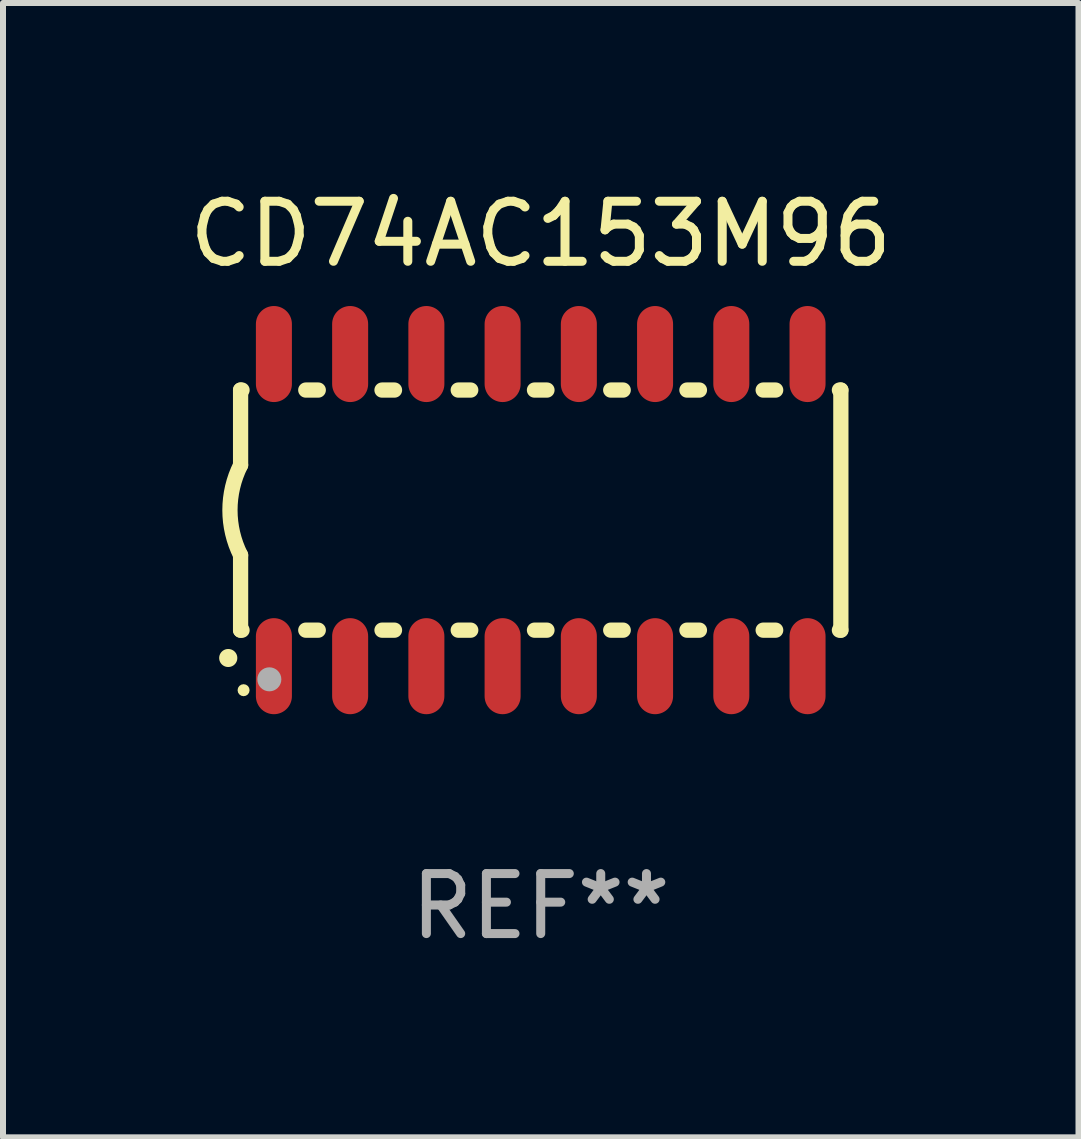
<source format=kicad_pcb>
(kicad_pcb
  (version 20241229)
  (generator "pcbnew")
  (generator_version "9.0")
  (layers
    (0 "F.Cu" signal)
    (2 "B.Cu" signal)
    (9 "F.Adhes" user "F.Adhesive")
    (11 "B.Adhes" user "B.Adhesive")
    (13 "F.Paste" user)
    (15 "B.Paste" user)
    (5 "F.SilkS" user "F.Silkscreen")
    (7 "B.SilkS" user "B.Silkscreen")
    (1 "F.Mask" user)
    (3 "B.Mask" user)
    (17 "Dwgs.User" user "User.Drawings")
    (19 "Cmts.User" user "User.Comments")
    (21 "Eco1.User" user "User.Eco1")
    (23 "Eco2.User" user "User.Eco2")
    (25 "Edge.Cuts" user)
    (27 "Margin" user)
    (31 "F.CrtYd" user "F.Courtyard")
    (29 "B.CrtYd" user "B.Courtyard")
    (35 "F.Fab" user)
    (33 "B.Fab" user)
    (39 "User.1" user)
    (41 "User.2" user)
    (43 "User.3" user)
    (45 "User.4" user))
  (footprint "CD74AC153M96"
    (layer "F.Cu")
    (at 5.958 5.448)
    (property "Reference" "CD74AC153M96" (at 0 -4.6 0) (layer "F.SilkS") (effects (font (size 1 1) (thickness 0.15))))
    (attr through_hole)
    (fp_line (start -5 -2) (end -5 -0.75) (stroke (width 0.254) (type solid)) (layer "F.SilkS"))
    (fp_line (start -5 -2) (end -4.976 -2) (stroke (width 0.254) (type solid)) (layer "F.SilkS"))
    (fp_line (start -5 2) (end -5 0.75) (stroke (width 0.254) (type solid)) (layer "F.SilkS"))
    (fp_line (start -5 2) (end -4.976 2) (stroke (width 0.254) (type solid)) (layer "F.SilkS"))
    (fp_line (start -3.914 -2) (end -3.706 -2) (stroke (width 0.254) (type solid)) (layer "F.SilkS"))
    (fp_line (start -3.914 2) (end -3.706 2) (stroke (width 0.254) (type solid)) (layer "F.SilkS"))
    (fp_line (start -2.644 -2) (end -2.436 -2) (stroke (width 0.254) (type solid)) (layer "F.SilkS"))
    (fp_line (start -2.644 2) (end -2.436 2) (stroke (width 0.254) (type solid)) (layer "F.SilkS"))
    (fp_line (start -1.374 -2) (end -1.166 -2) (stroke (width 0.254) (type solid)) (layer "F.SilkS"))
    (fp_line (start -1.374 2) (end -1.166 2) (stroke (width 0.254) (type solid)) (layer "F.SilkS"))
    (fp_line (start -0.104 -2) (end 0.104 -2) (stroke (width 0.254) (type solid)) (layer "F.SilkS"))
    (fp_line (start -0.104 2) (end 0.104 2) (stroke (width 0.254) (type solid)) (layer "F.SilkS"))
    (fp_line (start 1.166 -2) (end 1.374 -2) (stroke (width 0.254) (type solid)) (layer "F.SilkS"))
    (fp_line (start 1.166 2) (end 1.374 2) (stroke (width 0.254) (type solid)) (layer "F.SilkS"))
    (fp_line (start 2.436 -2) (end 2.644 -2) (stroke (width 0.254) (type solid)) (layer "F.SilkS"))
    (fp_line (start 2.436 2) (end 2.644 2) (stroke (width 0.254) (type solid)) (layer "F.SilkS"))
    (fp_line (start 3.706 -2) (end 3.914 -2) (stroke (width 0.254) (type solid)) (layer "F.SilkS"))
    (fp_line (start 3.706 2) (end 3.914 2) (stroke (width 0.254) (type solid)) (layer "F.SilkS"))
    (fp_line (start 4.976 -2) (end 5 -2) (stroke (width 0.254) (type solid)) (layer "F.SilkS"))
    (fp_line (start 4.976 2) (end 5 2) (stroke (width 0.254) (type solid)) (layer "F.SilkS"))
    (fp_line (start 5 2) (end 5 -2) (stroke (width 0.254) (type solid)) (layer "F.SilkS"))
    (fp_arc (start -5.20701 2.46383) (mid -5.20574 2.463825) (end -5.20447 2.46383) (stroke (width 0.3) (type solid)) (layer "F.SilkS"))
    (fp_arc (start -5 0.751207) (mid -5.177192 0.00061) (end -5 -0.749987) (stroke (width 0.254001) (type solid)) (layer "F.SilkS"))
    (fp_circle (center -4.95 3) (end -4.9 3) (stroke (width 0.1) (type solid)) (fill no) (layer "F.SilkS"))
    (fp_circle (center -4.521 2.819) (end -4.421 2.819) (stroke (width 0.2) (type solid)) (fill no) (layer "F.Fab"))
    (fp_text user "REF**" (at 0 6.6 0) (layer "F.Fab") (effects (font (size 1 1) (thickness 0.15))))
    (pad "1" smd oval (at -4.445 2.6 180) (size 0.6 1.6) (layers "F.Cu" "F.Mask" "F.Paste"))
    (pad "2" smd oval (at -3.175 2.6 180) (size 0.6 1.6) (layers "F.Cu" "F.Mask" "F.Paste"))
    (pad "3" smd oval (at -1.905 2.6 180) (size 0.6 1.6) (layers "F.Cu" "F.Mask" "F.Paste"))
    (pad "4" smd oval (at -0.635 2.6 180) (size 0.6 1.6) (layers "F.Cu" "F.Mask" "F.Paste"))
    (pad "5" smd oval (at 0.635 2.6 180) (size 0.6 1.6) (layers "F.Cu" "F.Mask" "F.Paste"))
    (pad "6" smd oval (at 1.905 2.6 180) (size 0.6 1.6) (layers "F.Cu" "F.Mask" "F.Paste"))
    (pad "7" smd oval (at 3.175 2.6 180) (size 0.6 1.6) (layers "F.Cu" "F.Mask" "F.Paste"))
    (pad "8" smd oval (at 4.445 2.6 180) (size 0.6 1.6) (layers "F.Cu" "F.Mask" "F.Paste"))
    (pad "9" smd oval (at 4.445 -2.6 180) (size 0.6 1.6) (layers "F.Cu" "F.Mask" "F.Paste"))
    (pad "10" smd oval (at 3.175 -2.6 180) (size 0.6 1.6) (layers "F.Cu" "F.Mask" "F.Paste"))
    (pad "11" smd oval (at 1.905 -2.6 180) (size 0.6 1.6) (layers "F.Cu" "F.Mask" "F.Paste"))
    (pad "12" smd oval (at 0.635 -2.6 180) (size 0.6 1.6) (layers "F.Cu" "F.Mask" "F.Paste"))
    (pad "13" smd oval (at -0.635 -2.6 180) (size 0.6 1.6) (layers "F.Cu" "F.Mask" "F.Paste"))
    (pad "14" smd oval (at -1.905 -2.6 180) (size 0.6 1.6) (layers "F.Cu" "F.Mask" "F.Paste"))
    (pad "15" smd oval (at -3.175 -2.6 180) (size 0.6 1.6) (layers "F.Cu" "F.Mask" "F.Paste"))
    (pad "16" smd oval (at -4.445 -2.6 180) (size 0.6 1.6) (layers "F.Cu" "F.Mask" "F.Paste")))
  (gr_rect
    (start -3 -3)
    (end 14.917 15.897)
    (stroke (width 0.1) (type default))
    (fill no)
    (layer "Edge.Cuts")))
</source>
